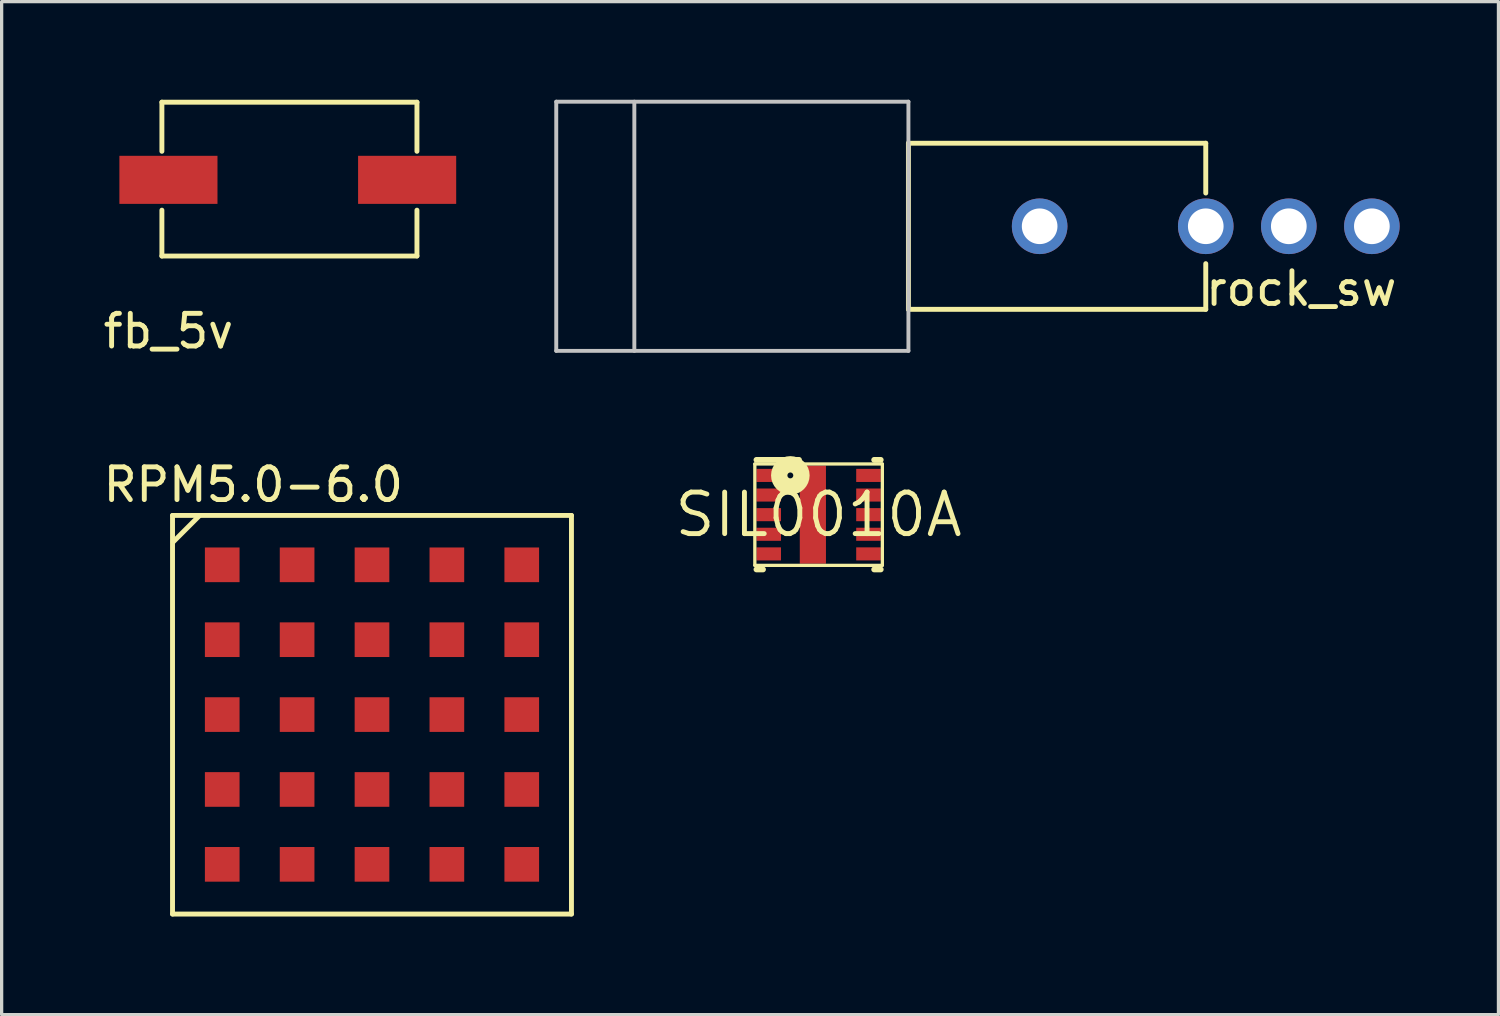
<source format=kicad_pcb>
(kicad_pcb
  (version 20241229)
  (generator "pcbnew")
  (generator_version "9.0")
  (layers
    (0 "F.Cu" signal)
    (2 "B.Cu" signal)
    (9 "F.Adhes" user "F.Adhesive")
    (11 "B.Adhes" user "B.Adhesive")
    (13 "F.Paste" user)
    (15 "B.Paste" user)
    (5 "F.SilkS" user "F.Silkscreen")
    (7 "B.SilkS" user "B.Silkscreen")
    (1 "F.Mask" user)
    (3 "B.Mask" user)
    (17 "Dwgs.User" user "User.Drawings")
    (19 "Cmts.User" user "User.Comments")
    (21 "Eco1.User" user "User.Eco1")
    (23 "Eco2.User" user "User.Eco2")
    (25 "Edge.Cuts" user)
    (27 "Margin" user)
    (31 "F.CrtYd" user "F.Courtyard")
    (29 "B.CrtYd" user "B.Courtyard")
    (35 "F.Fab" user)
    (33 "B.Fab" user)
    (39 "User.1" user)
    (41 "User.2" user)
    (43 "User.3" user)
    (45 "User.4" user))
  (footprint "RPM5.0-6.0"
    (layer "F.Cu")
    (at 8.296 18.873)
    (property "Reference" "RPM5.0-6.0" (at -3.6 -7.1 0) (layer "F.SilkS") (effects (font (size 1 1) (thickness 0.15))))
    (attr through_hole)
    (fp_line (start -6.07 -6.16) (end 6.13 -6.16) (stroke (width 0.15) (type solid)) (layer "F.SilkS"))
    (fp_line (start -6.07 6.03) (end -6.07 -6.16) (stroke (width 0.15) (type solid)) (layer "F.SilkS"))
    (fp_line (start -6.07 6.03) (end 6.13 6.03) (stroke (width 0.15) (type solid)) (layer "F.SilkS"))
    (fp_line (start -6.05 -5.35) (end -5.25 -6.15) (stroke (width 0.15) (type solid)) (layer "F.SilkS"))
    (fp_line (start 6.13 6.03) (end 6.13 -6.16) (stroke (width 0.15) (type solid)) (layer "F.SilkS"))
    (pad "A1" smd rect (at -4.55 -4.65) (size 1.06 1.06) (layers "F.Cu" "F.Mask" "F.Paste"))
    (pad "A2" smd rect (at -2.26 -4.65) (size 1.06 1.06) (layers "F.Cu" "F.Mask" "F.Paste"))
    (pad "A3" smd rect (at 0.03 -4.65) (size 1.06 1.06) (layers "F.Cu" "F.Mask" "F.Paste"))
    (pad "A4" smd rect (at 2.32 -4.65) (size 1.06 1.06) (layers "F.Cu" "F.Mask" "F.Paste"))
    (pad "A5" smd rect (at 4.61 -4.65) (size 1.06 1.06) (layers "F.Cu" "F.Mask" "F.Paste"))
    (pad "B1" smd rect (at -4.55 -2.36) (size 1.06 1.06) (layers "F.Cu" "F.Mask" "F.Paste"))
    (pad "B2" smd rect (at -2.26 -2.36) (size 1.06 1.06) (layers "F.Cu" "F.Mask" "F.Paste"))
    (pad "B3" smd rect (at 0.03 -2.36) (size 1.06 1.06) (layers "F.Cu" "F.Mask" "F.Paste"))
    (pad "B4" smd rect (at 2.32 -2.36) (size 1.06 1.06) (layers "F.Cu" "F.Mask" "F.Paste"))
    (pad "B5" smd rect (at 4.61 -2.36) (size 1.06 1.06) (layers "F.Cu" "F.Mask" "F.Paste"))
    (pad "C1" smd rect (at -4.55 -0.07) (size 1.06 1.06) (layers "F.Cu" "F.Mask" "F.Paste"))
    (pad "C2" smd rect (at -2.26 -0.07) (size 1.06 1.06) (layers "F.Cu" "F.Mask" "F.Paste"))
    (pad "C3" smd rect (at 0.03 -0.07) (size 1.06 1.06) (layers "F.Cu" "F.Mask" "F.Paste"))
    (pad "C4" smd rect (at 2.32 -0.07) (size 1.06 1.06) (layers "F.Cu" "F.Mask" "F.Paste"))
    (pad "C5" smd rect (at 4.61 -0.07) (size 1.06 1.06) (layers "F.Cu" "F.Mask" "F.Paste"))
    (pad "D1" smd rect (at -4.55 2.22) (size 1.06 1.06) (layers "F.Cu" "F.Mask" "F.Paste"))
    (pad "D2" smd rect (at -2.26 2.22) (size 1.06 1.06) (layers "F.Cu" "F.Mask" "F.Paste"))
    (pad "D3" smd rect (at 0.03 2.22) (size 1.06 1.06) (layers "F.Cu" "F.Mask" "F.Paste"))
    (pad "D4" smd rect (at 2.32 2.22) (size 1.06 1.06) (layers "F.Cu" "F.Mask" "F.Paste"))
    (pad "D5" smd rect (at 4.61 2.22) (size 1.06 1.06) (layers "F.Cu" "F.Mask" "F.Paste"))
    (pad "E1" smd rect (at -4.55 4.51) (size 1.06 1.06) (layers "F.Cu" "F.Mask" "F.Paste"))
    (pad "E2" smd rect (at -2.26 4.51) (size 1.06 1.06) (layers "F.Cu" "F.Mask" "F.Paste"))
    (pad "E3" smd rect (at 0.03 4.51) (size 1.06 1.06) (layers "F.Cu" "F.Mask" "F.Paste"))
    (pad "E4" smd rect (at 2.32 4.51) (size 1.06 1.06) (layers "F.Cu" "F.Mask" "F.Paste"))
    (pad "E5" smd rect (at 4.61 4.51) (size 1.06 1.06) (layers "F.Cu" "F.Mask" "F.Paste")))
  (footprint "rock_sw"
    (layer "F.Cu")
    (at 28.744 3.87)
    (property "Reference" "rock_sw" (at 8.001 1.905 0) (layer "F.SilkS") (effects (font (size 1 1) (thickness 0.15))))
    (attr through_hole)
    (fp_line (start -4.013 -2.54) (end -4.013 2.54) (stroke (width 0.15) (type solid)) (layer "F.SilkS"))
    (fp_line (start -4.013 2.54) (end 5.08 2.54) (stroke (width 0.15) (type solid)) (layer "F.SilkS"))
    (fp_line (start 5.08 -2.54) (end -4.013 -2.54) (stroke (width 0.15) (type solid)) (layer "F.SilkS"))
    (fp_line (start 5.08 -2.54) (end 5.08 -1.016) (stroke (width 0.15) (type solid)) (layer "F.SilkS"))
    (fp_line (start 5.08 2.54) (end 5.08 1.143) (stroke (width 0.15) (type solid)) (layer "F.SilkS"))
    (fp_line (start -14.783 -3.81) (end -14.783 3.81) (stroke (width 0.12) (type solid)) (layer "Dwgs.User"))
    (fp_line (start -14.783 3.81) (end -4.013 3.81) (stroke (width 0.12) (type solid)) (layer "Dwgs.User"))
    (fp_line (start -12.395 3.81) (end -12.395 -3.81) (stroke (width 0.12) (type solid)) (layer "Dwgs.User"))
    (fp_line (start -4.013 -3.81) (end -14.783 -3.81) (stroke (width 0.12) (type solid)) (layer "Dwgs.User"))
    (fp_line (start -4.013 3.81) (end -4.013 -3.81) (stroke (width 0.12) (type solid)) (layer "Dwgs.User"))
    (pad "1" thru_hole circle (at 5.08 0) (size 1.7 1.7) (drill 1.09) (layers "*.Cu" "*.Mask"))
    (pad "2" thru_hole circle (at 7.62 0) (size 1.7 1.7) (drill 1.092) (layers "*.Cu" "*.Mask"))
    (pad "3" thru_hole circle (at 10.16 0) (size 1.7 1.7) (drill 1.092) (layers "*.Cu" "*.Mask"))
    (pad "SH" thru_hole circle (at 0 0) (size 1.7 1.7) (drill 1.09) (layers "*.Cu" "*.Mask")))
  (footprint "fb_5v"
    (layer "F.Cu")
    (at 5.801 2.477)
    (property "Reference" "fb_5v" (at -3.7 4.6 0) (layer "F.SilkS") (effects (font (size 1 1) (thickness 0.15))))
    (attr through_hole)
    (fp_line (start -3.9 -2.402) (end -3.9 -0.9) (stroke (width 0.15) (type solid)) (layer "F.SilkS"))
    (fp_line (start -3.9 0.9) (end -3.9 2.303) (stroke (width 0.15) (type solid)) (layer "F.SilkS"))
    (fp_line (start -3.9 2.303) (end 3.9 2.303) (stroke (width 0.15) (type solid)) (layer "F.SilkS"))
    (fp_line (start 3.9 -2.402) (end -3.9 -2.402) (stroke (width 0.15) (type solid)) (layer "F.SilkS"))
    (fp_line (start 3.9 -0.9) (end 3.9 -2.4) (stroke (width 0.15) (type solid)) (layer "F.SilkS"))
    (fp_line (start 3.9 2.3) (end 3.9 0.9) (stroke (width 0.15) (type solid)) (layer "F.SilkS"))
    (pad "1" smd rect (at -3.7 -0.027) (size 3 1.47) (layers "F.Cu" "F.Mask" "F.Paste"))
    (pad "2" smd rect (at 3.6 -0.027) (size 3 1.47) (layers "F.Cu" "F.Mask" "F.Paste")))
  (footprint "SIL0010A"
    (layer "F.Cu")
    (at 21.984 12.689)
    (property "Reference" "SIL0010A" (at 0 0 0) (layer "F.SilkS") (effects (font (size 1.27 1.27) (thickness 0.15))))
    (attr through_hole)
    (fp_line (start -1.95 -1.55) (end 1.95 -1.55) (stroke (width 0.1) (type solid)) (layer "F.SilkS"))
    (fp_line (start -1.95 1.55) (end -1.95 -1.55) (stroke (width 0.1) (type solid)) (layer "F.SilkS"))
    (fp_line (start -1.95 1.55) (end 1.95 1.55) (stroke (width 0.1) (type solid)) (layer "F.SilkS"))
    (fp_line (start -1.9 -1.675) (end -0.6 -1.675) (stroke (width 0.178) (type solid)) (layer "F.SilkS"))
    (fp_line (start -1.9 1.675) (end -1.7 1.675) (stroke (width 0.178) (type solid)) (layer "F.SilkS"))
    (fp_line (start 1.7 -1.675) (end 1.9 -1.675) (stroke (width 0.178) (type solid)) (layer "F.SilkS"))
    (fp_line (start 1.7 1.675) (end 1.9 1.675) (stroke (width 0.178) (type solid)) (layer "F.SilkS"))
    (fp_line (start 1.95 1.55) (end 1.95 -1.55) (stroke (width 0.1) (type solid)) (layer "F.SilkS"))
    (fp_circle (center -0.864 -1.2) (end -0.774 -1.2) (stroke (width 0.5) (type solid)) (fill no) (layer "F.SilkS"))
    (fp_poly (pts (xy -0.525 -0.662) (xy -0.525 -1.397) (xy -0.524 -1.407) (xy -0.521 -1.416) (xy -0.517 -1.425) (xy -0.511 -1.432) (xy -0.503 -1.438) (xy -0.495 -1.443) (xy -0.486 -1.446) (xy -0.476 -1.446) (xy 0.126 -1.446) (xy 0.136 -1.446) (xy 0.145 -1.443) (xy 0.153 -1.438) (xy 0.161 -1.432) (xy 0.167 -1.425) (xy 0.171 -1.416) (xy 0.174 -1.407) (xy 0.175 -1.397) (xy 0.175 -0.662) (xy 0.174 -0.653) (xy 0.171 -0.644) (xy 0.167 -0.635) (xy 0.161 -0.628) (xy 0.153 -0.622) (xy 0.145 -0.617) (xy 0.136 -0.614) (xy 0.126 -0.614) (xy -0.476 -0.614) (xy -0.486 -0.614) (xy -0.495 -0.617) (xy -0.503 -0.622) (xy -0.511 -0.628) (xy -0.517 -0.635) (xy -0.521 -0.644) (xy -0.524 -0.653)) (stroke (width 0) (type solid)) (fill yes) (layer "F.Paste"))
    (fp_poly (pts (xy -0.525 0.367) (xy -0.525 -0.367) (xy -0.524 -0.377) (xy -0.521 -0.386) (xy -0.517 -0.395) (xy -0.511 -0.402) (xy -0.503 -0.408) (xy -0.495 -0.413) (xy -0.486 -0.416) (xy -0.476 -0.416) (xy 0.126 -0.416) (xy 0.136 -0.416) (xy 0.145 -0.413) (xy 0.153 -0.408) (xy 0.161 -0.402) (xy 0.167 -0.395) (xy 0.171 -0.386) (xy 0.174 -0.377) (xy 0.175 -0.367) (xy 0.175 0.367) (xy 0.174 0.377) (xy 0.171 0.386) (xy 0.167 0.395) (xy 0.161 0.402) (xy 0.153 0.408) (xy 0.145 0.413) (xy 0.136 0.416) (xy 0.126 0.416) (xy -0.476 0.416) (xy -0.486 0.416) (xy -0.495 0.413) (xy -0.503 0.408) (xy -0.511 0.402) (xy -0.517 0.395) (xy -0.521 0.386) (xy -0.524 0.377)) (stroke (width 0) (type solid)) (fill yes) (layer "F.Paste"))
    (fp_poly (pts (xy -0.525 1.397) (xy -0.525 0.662) (xy -0.524 0.653) (xy -0.521 0.644) (xy -0.517 0.635) (xy -0.511 0.628) (xy -0.503 0.622) (xy -0.495 0.617) (xy -0.486 0.614) (xy -0.476 0.614) (xy 0.126 0.614) (xy 0.136 0.614) (xy 0.145 0.617) (xy 0.153 0.622) (xy 0.161 0.628) (xy 0.167 0.635) (xy 0.171 0.644) (xy 0.174 0.653) (xy 0.175 0.662) (xy 0.175 1.397) (xy 0.174 1.407) (xy 0.171 1.416) (xy 0.167 1.425) (xy 0.161 1.432) (xy 0.153 1.438) (xy 0.145 1.443) (xy 0.136 1.446) (xy 0.126 1.446) (xy -0.476 1.446) (xy -0.486 1.446) (xy -0.495 1.443) (xy -0.503 1.438) (xy -0.511 1.432) (xy -0.517 1.425) (xy -0.521 1.416) (xy -0.524 1.407)) (stroke (width 0) (type solid)) (fill yes) (layer "F.Paste"))
    (pad "1" smd rect (at -1.525 -1.2) (size 0.75 0.4) (layers "F.Cu" "F.Mask" "F.Paste"))
    (pad "2" smd rect (at -1.525 -0.6) (size 0.75 0.4) (layers "F.Cu" "F.Mask" "F.Paste"))
    (pad "3" smd rect (at -1.525 0) (size 0.75 0.4) (layers "F.Cu" "F.Mask" "F.Paste"))
    (pad "4" smd rect (at -1.525 0.6) (size 0.75 0.4) (layers "F.Cu" "F.Mask" "F.Paste"))
    (pad "5" smd rect (at -1.525 1.2) (size 0.75 0.4) (layers "F.Cu" "F.Mask" "F.Paste"))
    (pad "6" smd rect (at 1.525 1.2) (size 0.75 0.4) (layers "F.Cu" "F.Mask" "F.Paste"))
    (pad "7" smd rect (at 1.525 0.6) (size 0.75 0.4) (layers "F.Cu" "F.Mask" "F.Paste"))
    (pad "8" smd rect (at 1.525 0) (size 0.75 0.4) (layers "F.Cu" "F.Mask" "F.Paste"))
    (pad "9" smd rect (at 1.525 -0.6) (size 0.75 0.4) (layers "F.Cu" "F.Mask" "F.Paste"))
    (pad "10" smd rect (at 1.525 -1.2) (size 0.75 0.4) (layers "F.Cu" "F.Mask" "F.Paste"))
    (pad "11" smd rect (at -0.175 0) (size 0.8 3) (layers "F.Cu" "F.Mask" "F.Paste")))
  (gr_rect
    (start -3 -3)
    (end 42.775 27.979)
    (stroke (width 0.1) (type default))
    (fill no)
    (layer "Edge.Cuts")))
</source>
